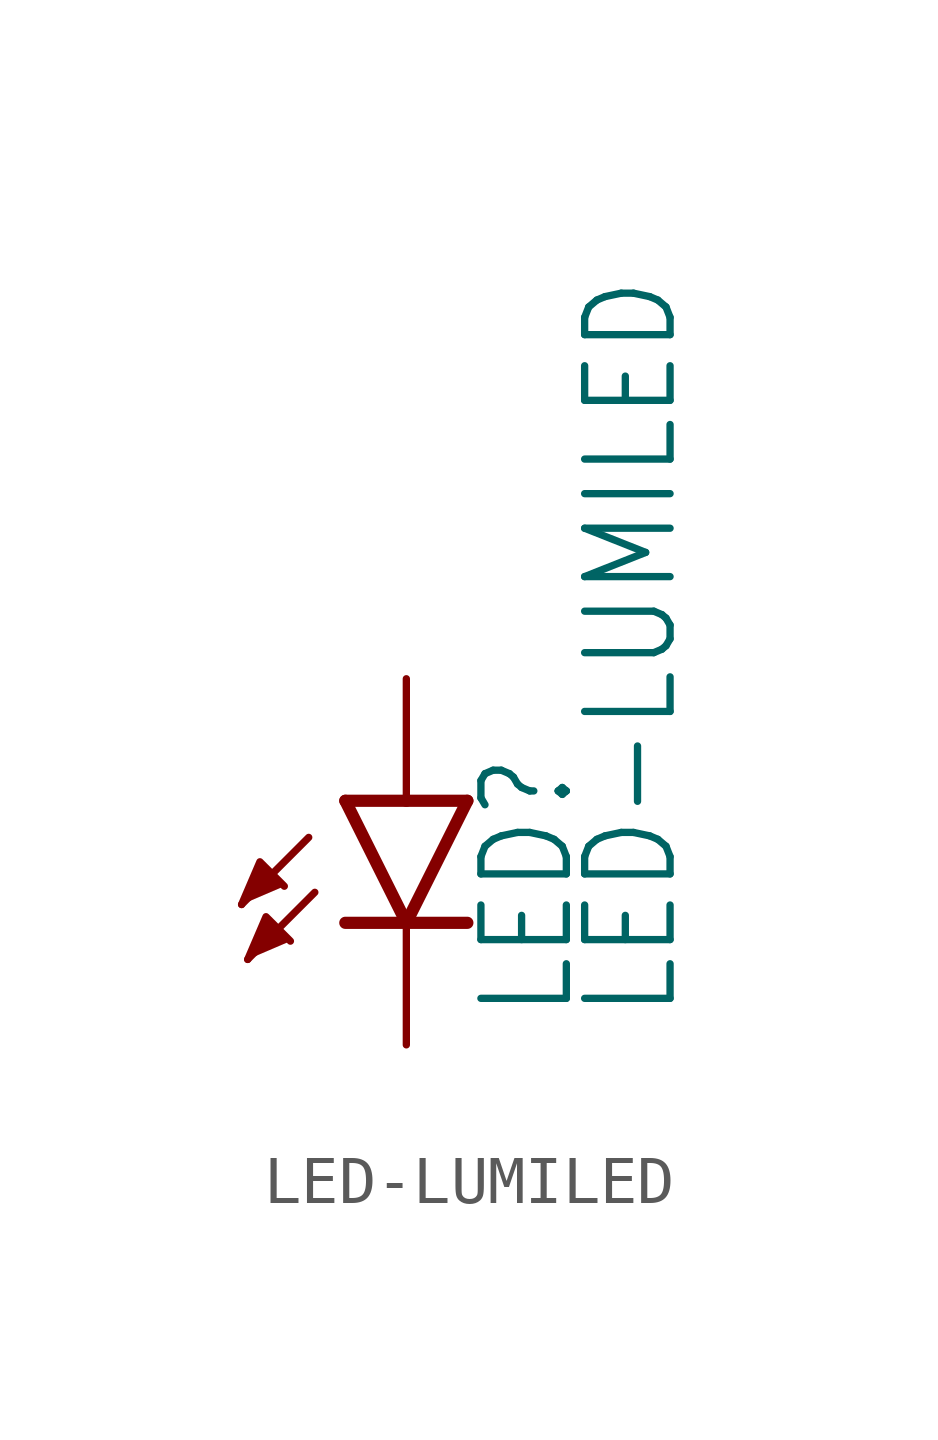
<source format=kicad_sym>
(kicad_symbol_lib
  (version 20211014)
  (generator kicad_symbol_editor)
  (symbol "LED-LUMILED"
    (property "Reference" "LED"
      (at 3.556 -4.572 90)
      (effects (font (size 1.778 1.511)) (justify left bottom)))
    (property "Value" "LED-LUMILED"
      (at 5.715 -4.572 90)
      (effects (font (size 1.778 1.511)) (justify left bottom)))
    (property "ki_locked" ""
      (at 0 0 0)
      (effects (font (size 1.27 1.27))))
    (symbol "LED-LUMILED_1_0"
      (polyline (pts (xy -2.032 -0.762) (xy -3.429 -2.159)) (stroke (width 0.152) (type default) (color 0 0 0 0)) (fill (type none)))
      (polyline (pts (xy -1.905 -1.905) (xy -3.302 -3.302)) (stroke (width 0.152) (type default) (color 0 0 0 0)) (fill (type none)))
      (polyline (pts (xy 0 -2.54) (xy -1.27 -2.54)) (stroke (width 0.254) (type default) (color 0 0 0 0)) (fill (type none)))
      (polyline (pts (xy 0 -2.54) (xy -1.27 0)) (stroke (width 0.254) (type default) (color 0 0 0 0)) (fill (type none)))
      (polyline (pts (xy 0 0) (xy -1.27 0)) (stroke (width 0.254) (type default) (color 0 0 0 0)) (fill (type none)))
      (polyline (pts (xy 1.27 -2.54) (xy 0 -2.54)) (stroke (width 0.254) (type default) (color 0 0 0 0)) (fill (type none)))
      (polyline (pts (xy 1.27 0) (xy 0 -2.54)) (stroke (width 0.254) (type default) (color 0 0 0 0)) (fill (type none)))
      (polyline (pts (xy 1.27 0) (xy 0 0)) (stroke (width 0.254) (type default) (color 0 0 0 0)) (fill (type none)))
      (polyline (pts (xy -3.429 -2.159) (xy -3.048 -1.27) (xy -2.54 -1.778)) (stroke (width 0) (type default) (color 0 0 0 0)) (fill (type outline)))
      (polyline (pts (xy -3.302 -3.302) (xy -2.921 -2.413) (xy -2.413 -2.921)) (stroke (width 0) (type default) (color 0 0 0 0)) (fill (type outline)))
      (pin passive line (at 0 2.54 270) (length 2.54) (name "A" (effects (font (size 0 0)))) (number "2+" (effects (font (size 0 0)))))
      (pin passive line (at 0 -5.08 90) (length 2.54) (name "C" (effects (font (size 0 0)))) (number "4-" (effects (font (size 0 0))))))))
</source>
